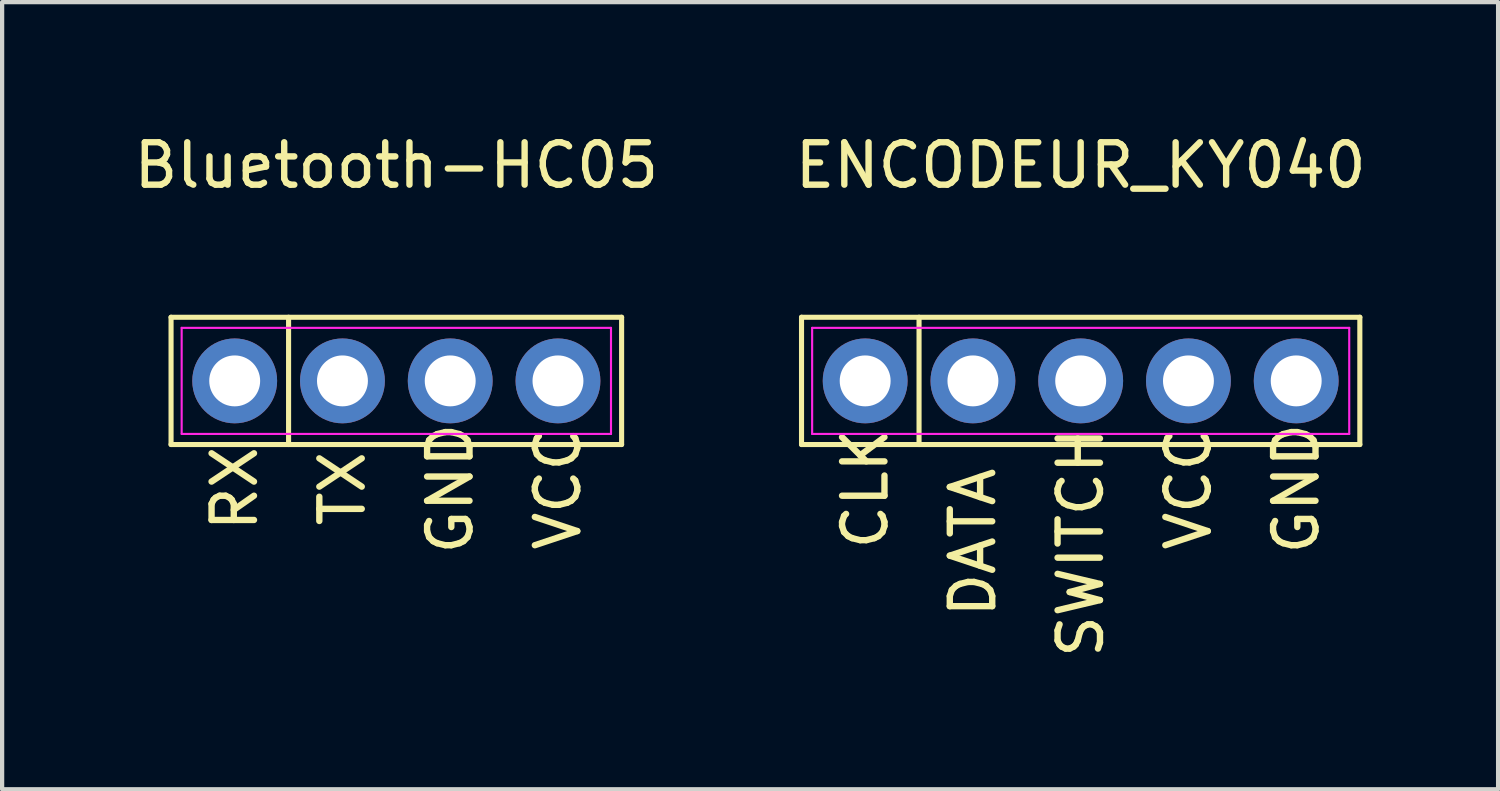
<source format=kicad_pcb>
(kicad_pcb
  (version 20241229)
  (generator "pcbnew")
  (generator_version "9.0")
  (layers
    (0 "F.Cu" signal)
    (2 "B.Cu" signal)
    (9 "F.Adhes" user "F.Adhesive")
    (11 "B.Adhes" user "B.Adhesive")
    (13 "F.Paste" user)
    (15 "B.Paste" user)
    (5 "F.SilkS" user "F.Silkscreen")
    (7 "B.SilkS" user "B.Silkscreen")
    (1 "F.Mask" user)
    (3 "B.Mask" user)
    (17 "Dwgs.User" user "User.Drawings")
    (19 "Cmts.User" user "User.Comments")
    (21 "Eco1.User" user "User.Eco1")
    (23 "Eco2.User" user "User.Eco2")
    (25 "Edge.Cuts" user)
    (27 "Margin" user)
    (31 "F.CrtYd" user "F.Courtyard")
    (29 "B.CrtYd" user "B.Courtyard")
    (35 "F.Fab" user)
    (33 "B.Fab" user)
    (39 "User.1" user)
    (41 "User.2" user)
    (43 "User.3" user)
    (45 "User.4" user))
  (footprint "Bluetooth-HC05"
    (layer "F.Cu")
    (at 6.292 5.928)
    (property "Reference" "Bluetooth-HC05" (at 0 -5.08 0) (layer "F.SilkS") (effects (font (size 1 1) (thickness 0.15))))
    (attr through_hole)
    (fp_line (start -5.31 -1.5) (end 5.31 -1.5) (stroke (width 0.12) (type solid)) (layer "F.SilkS"))
    (fp_line (start -5.31 1.5) (end -5.31 -1.5) (stroke (width 0.12) (type solid)) (layer "F.SilkS"))
    (fp_line (start -2.54 -1.5) (end -2.54 1.5) (stroke (width 0.12) (type solid)) (layer "F.SilkS"))
    (fp_line (start 5.31 -1.5) (end 5.31 1.5) (stroke (width 0.12) (type solid)) (layer "F.SilkS"))
    (fp_line (start 5.31 1.5) (end -5.31 1.5) (stroke (width 0.12) (type solid)) (layer "F.SilkS"))
    (fp_line (start -5.06 -1.25) (end 5.06 -1.25) (stroke (width 0.05) (type solid)) (layer "F.CrtYd"))
    (fp_line (start -5.06 1.25) (end -5.06 -1.25) (stroke (width 0.05) (type solid)) (layer "F.CrtYd"))
    (fp_line (start 5.06 -1.25) (end 5.06 1.25) (stroke (width 0.05) (type solid)) (layer "F.CrtYd"))
    (fp_line (start 5.06 1.25) (end -5.06 1.25) (stroke (width 0.05) (type solid)) (layer "F.CrtYd"))
    (fp_text user "VCC" (at 3.81 2.54 90) (layer "F.SilkS") (effects (font (size 1 1) (thickness 0.15))))
    (fp_text user "RX" (at -3.81 2.54 90) (layer "F.SilkS") (effects (font (size 1 1) (thickness 0.15))))
    (fp_text user "TX" (at -1.27 2.54 90) (layer "F.SilkS") (effects (font (size 1 1) (thickness 0.15))))
    (fp_text user "GND" (at 1.27 2.54 90) (layer "F.SilkS") (effects (font (size 1 1) (thickness 0.15))))
    (pad "1" thru_hole circle (at 3.81 0) (size 2 2) (drill 1.2) (layers "*.Cu" "*.Mask"))
    (pad "2" thru_hole circle (at 1.27 0) (size 2 2) (drill 1.2) (layers "*.Cu" "*.Mask"))
    (pad "3" thru_hole circle (at -1.27 0) (size 2 2) (drill 1.2) (layers "*.Cu" "*.Mask"))
    (pad "4" thru_hole circle (at -3.81 0) (size 2 2) (drill 1.2) (layers "*.Cu" "*.Mask")))
  (footprint "ENCODEUR_KY040"
    (layer "F.Cu")
    (at 22.423 5.928)
    (property "Reference" "ENCODEUR_KY040" (at 0 -5.08 0) (layer "F.SilkS") (effects (font (size 1 1) (thickness 0.15))))
    (attr through_hole)
    (fp_line (start -6.58 -1.5) (end 6.58 -1.5) (stroke (width 0.12) (type solid)) (layer "F.SilkS"))
    (fp_line (start -6.58 1.5) (end -6.58 -1.5) (stroke (width 0.12) (type solid)) (layer "F.SilkS"))
    (fp_line (start -3.81 -1.5) (end -3.81 1.5) (stroke (width 0.12) (type solid)) (layer "F.SilkS"))
    (fp_line (start 6.58 -1.5) (end 6.58 1.5) (stroke (width 0.12) (type solid)) (layer "F.SilkS"))
    (fp_line (start 6.58 1.5) (end -6.58 1.5) (stroke (width 0.12) (type solid)) (layer "F.SilkS"))
    (fp_line (start -6.33 -1.25) (end 6.33 -1.25) (stroke (width 0.05) (type solid)) (layer "F.CrtYd"))
    (fp_line (start -6.33 1.25) (end -6.33 -1.25) (stroke (width 0.05) (type solid)) (layer "F.CrtYd"))
    (fp_line (start 6.33 -1.25) (end 6.33 1.25) (stroke (width 0.05) (type solid)) (layer "F.CrtYd"))
    (fp_line (start 6.33 1.25) (end -6.33 1.25) (stroke (width 0.05) (type solid)) (layer "F.CrtYd"))
    (fp_text user "SWITCH" (at 0 3.81 90) (layer "F.SilkS") (effects (font (size 1 1) (thickness 0.15))))
    (fp_text user "VCC" (at 2.54 2.54 90) (layer "F.SilkS") (effects (font (size 1 1) (thickness 0.15))))
    (fp_text user "GND" (at 5.08 2.54 90) (layer "F.SilkS") (effects (font (size 1 1) (thickness 0.15))))
    (fp_text user "DATA" (at -2.54 3.81 90) (layer "F.SilkS") (effects (font (size 1 1) (thickness 0.15))))
    (fp_text user "CLK" (at -5.08 2.54 90) (layer "F.SilkS") (effects (font (size 1 1) (thickness 0.15))))
    (pad "1" thru_hole circle (at -5.08 0) (size 2 2) (drill 1.2) (layers "*.Cu" "*.Mask"))
    (pad "2" thru_hole circle (at -2.54 0) (size 2 2) (drill 1.2) (layers "*.Cu" "*.Mask"))
    (pad "3" thru_hole circle (at 0 0) (size 2 2) (drill 1.2) (layers "*.Cu" "*.Mask"))
    (pad "4" thru_hole circle (at 2.54 0) (size 2 2) (drill 1.2) (layers "*.Cu" "*.Mask"))
    (pad "5" thru_hole circle (at 5.08 0) (size 2 2) (drill 1.2) (layers "*.Cu" "*.Mask")))
  (gr_rect
    (start -3 -3)
    (end 32.262 15.554)
    (stroke (width 0.1) (type default))
    (fill no)
    (layer "Edge.Cuts")))
</source>
